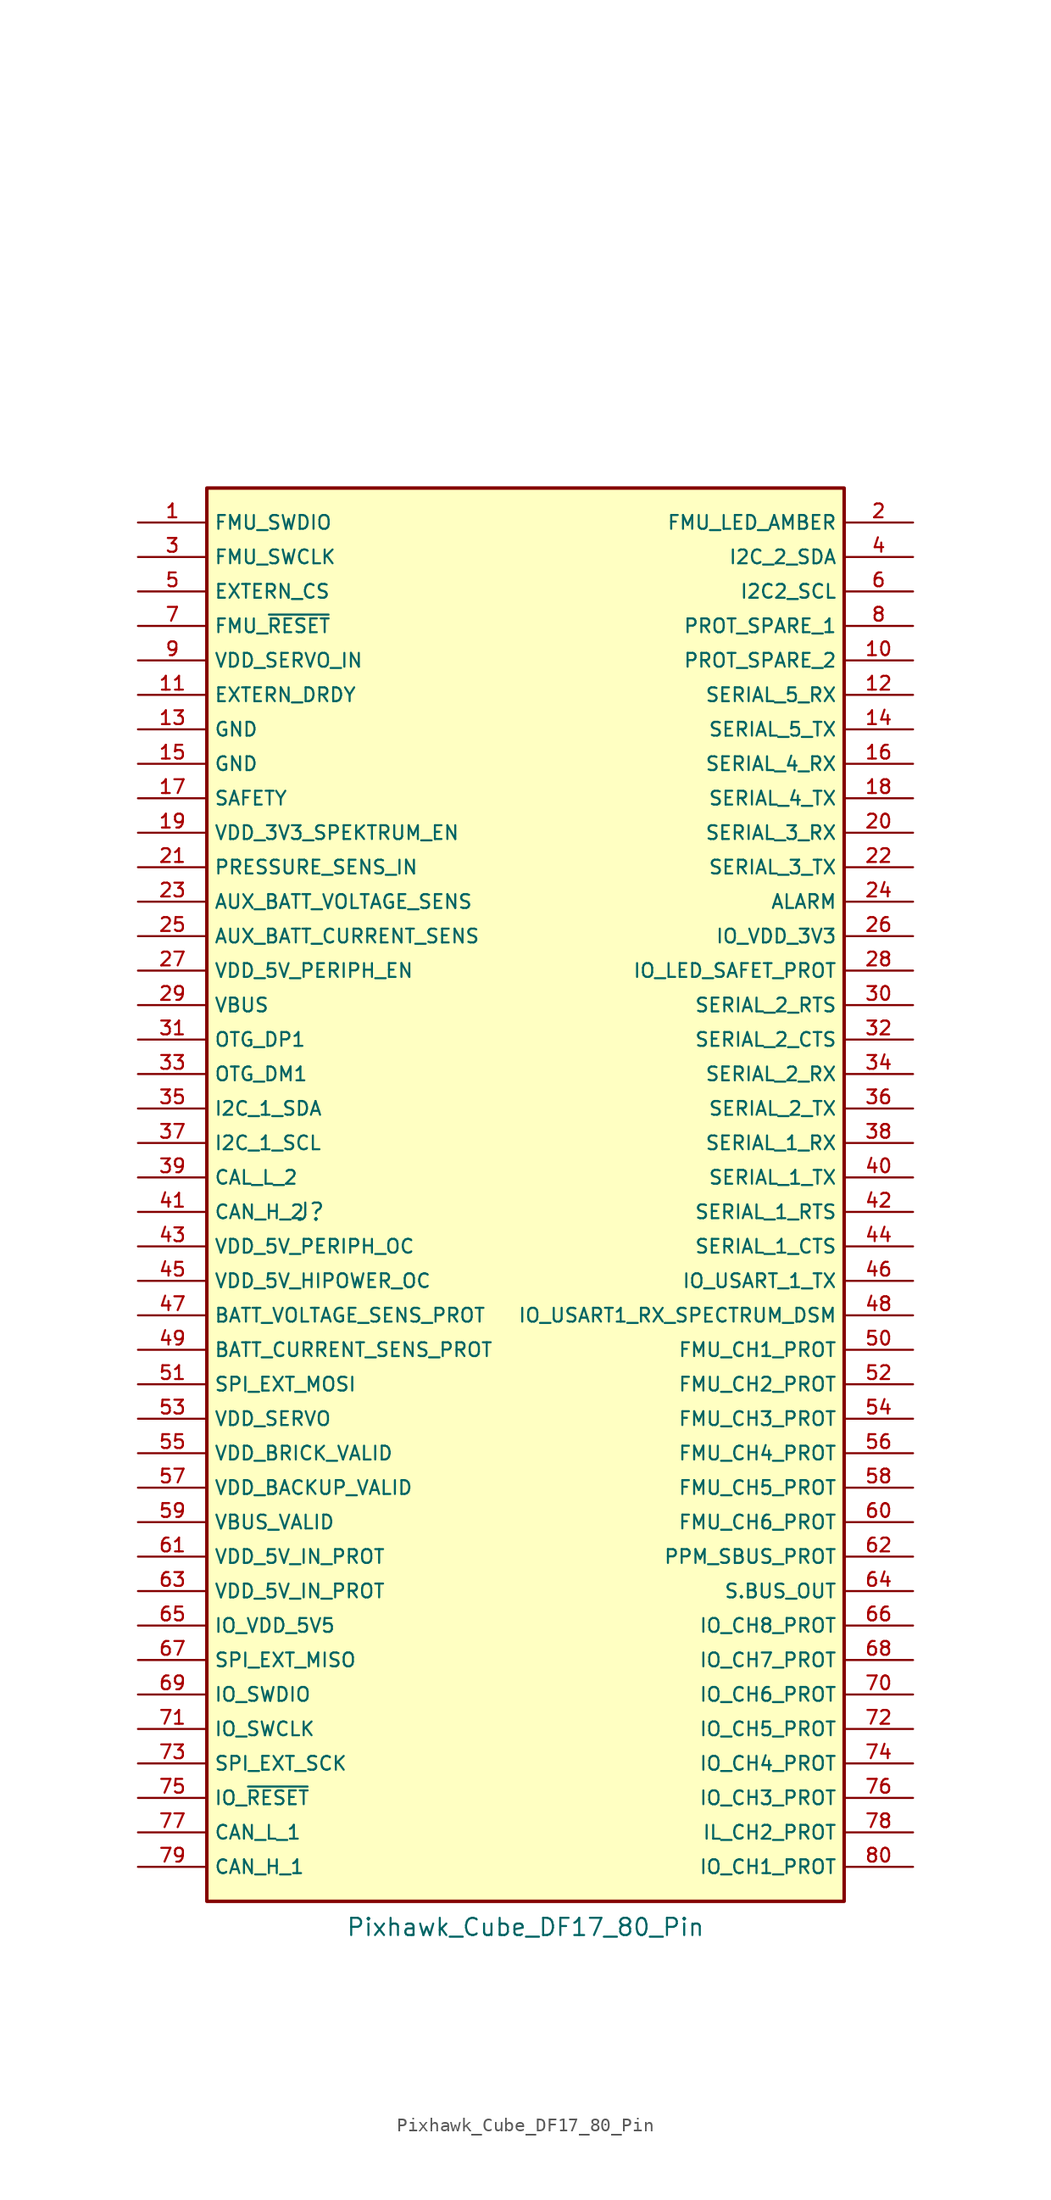
<source format=kicad_sym>
(kicad_symbol_lib
  (version 20211014)
  (generator kicad_symbol_editor)
  (symbol "Pixhawk_Cube_DF17_80_Pin"
    (property "Reference" "J"
      (at -15.875 0 0)
      (effects (font (size 1.27 1.27))))
    (property "Value" "Pixhawk_Cube_DF17_80_Pin"
      (at 0 -52.705 0)
      (effects (font (size 1.27 1.27))))
    (symbol "Pixhawk_Cube_DF17_80_Pin_0_0"
      (rectangle (start -23.495 53.34) (end 23.495 -50.8) (stroke (width 0.254) (type default) (color 0 0 0 0)) (fill (type background)))
      (text "" (at 17.78 72.39 0) (effects (font (size 1.27 1.27))))
      (pin bidirectional line (at -28.575 50.8 0) (length 5.08) (name "FMU_SWDIO" (effects (font (size 1.016 1.016)))) (number "1" (effects (font (size 1.016 1.016)))))
      (pin unspecified line (at 28.575 40.64 180) (length 5.08) (name "PROT_SPARE_2" (effects (font (size 1.016 1.016)))) (number "10" (effects (font (size 1.016 1.016)))))
      (pin input line (at -28.575 38.1 0) (length 5.08) (name "EXTERN_DRDY" (effects (font (size 1.016 1.016)))) (number "11" (effects (font (size 1.016 1.016)))))
      (pin input line (at 28.575 38.1 180) (length 5.08) (name "SERIAL_5_RX" (effects (font (size 1.016 1.016)))) (number "12" (effects (font (size 1.016 1.016)))))
      (pin power_in line (at -28.575 35.56 0) (length 5.08) (name "GND" (effects (font (size 1.016 1.016)))) (number "13" (effects (font (size 1.016 1.016)))))
      (pin output line (at 28.575 35.56 180) (length 5.08) (name "SERIAL_5_TX" (effects (font (size 1.016 1.016)))) (number "14" (effects (font (size 1.016 1.016)))))
      (pin power_in line (at -28.575 33.02 0) (length 5.08) (name "GND" (effects (font (size 1.016 1.016)))) (number "15" (effects (font (size 1.016 1.016)))))
      (pin input line (at 28.575 33.02 180) (length 5.08) (name "SERIAL_4_RX" (effects (font (size 1.016 1.016)))) (number "16" (effects (font (size 1.016 1.016)))))
      (pin unspecified line (at -28.575 30.48 0) (length 5.08) (name "SAFETY" (effects (font (size 1.016 1.016)))) (number "17" (effects (font (size 1.016 1.016)))))
      (pin output line (at 28.575 30.48 180) (length 5.08) (name "SERIAL_4_TX" (effects (font (size 1.016 1.016)))) (number "18" (effects (font (size 1.016 1.016)))))
      (pin output line (at -28.575 27.94 0) (length 5.08) (name "VDD_3V3_SPEKTRUM_EN" (effects (font (size 1.016 1.016)))) (number "19" (effects (font (size 1.016 1.016)))))
      (pin output line (at 28.575 50.8 180) (length 5.08) (name "FMU_LED_AMBER" (effects (font (size 1.016 1.016)))) (number "2" (effects (font (size 1.016 1.016)))))
      (pin input line (at 28.575 27.94 180) (length 5.08) (name "SERIAL_3_RX" (effects (font (size 1.016 1.016)))) (number "20" (effects (font (size 1.016 1.016)))))
      (pin input line (at -28.575 25.4 0) (length 5.08) (name "PRESSURE_SENS_IN" (effects (font (size 1.016 1.016)))) (number "21" (effects (font (size 1.016 1.016)))))
      (pin output line (at 28.575 25.4 180) (length 5.08) (name "SERIAL_3_TX" (effects (font (size 1.016 1.016)))) (number "22" (effects (font (size 1.016 1.016)))))
      (pin input line (at -28.575 22.86 0) (length 5.08) (name "AUX_BATT_VOLTAGE_SENS" (effects (font (size 1.016 1.016)))) (number "23" (effects (font (size 1.016 1.016)))))
      (pin output line (at 28.575 22.86 180) (length 5.08) (name "ALARM" (effects (font (size 1.016 1.016)))) (number "24" (effects (font (size 1.016 1.016)))))
      (pin input line (at -28.575 20.32 0) (length 5.08) (name "AUX_BATT_CURRENT_SENS" (effects (font (size 1.016 1.016)))) (number "25" (effects (font (size 1.016 1.016)))))
      (pin input line (at 28.575 20.32 180) (length 5.08) (name "IO_VDD_3V3" (effects (font (size 1.016 1.016)))) (number "26" (effects (font (size 1.016 1.016)))))
      (pin output line (at -28.575 17.78 0) (length 5.08) (name "VDD_5V_PERIPH_EN" (effects (font (size 1.016 1.016)))) (number "27" (effects (font (size 1.016 1.016)))))
      (pin output line (at 28.575 17.78 180) (length 5.08) (name "IO_LED_SAFET_PROT" (effects (font (size 1.016 1.016)))) (number "28" (effects (font (size 1.016 1.016)))))
      (pin input line (at -28.575 15.24 0) (length 5.08) (name "VBUS" (effects (font (size 1.016 1.016)))) (number "29" (effects (font (size 1.016 1.016)))))
      (pin output line (at -28.575 48.26 0) (length 5.08) (name "FMU_SWCLK" (effects (font (size 1.016 1.016)))) (number "3" (effects (font (size 1.016 1.016)))))
      (pin bidirectional line (at 28.575 15.24 180) (length 5.08) (name "SERIAL_2_RTS" (effects (font (size 1.016 1.016)))) (number "30" (effects (font (size 1.016 1.016)))))
      (pin bidirectional line (at -28.575 12.7 0) (length 5.08) (name "OTG_DP1" (effects (font (size 1.016 1.016)))) (number "31" (effects (font (size 1.016 1.016)))))
      (pin bidirectional line (at 28.575 12.7 180) (length 5.08) (name "SERIAL_2_CTS" (effects (font (size 1.016 1.016)))) (number "32" (effects (font (size 1.016 1.016)))))
      (pin bidirectional line (at -28.575 10.16 0) (length 5.08) (name "OTG_DM1" (effects (font (size 1.016 1.016)))) (number "33" (effects (font (size 1.016 1.016)))))
      (pin input line (at 28.575 10.16 180) (length 5.08) (name "SERIAL_2_RX" (effects (font (size 1.016 1.016)))) (number "34" (effects (font (size 1.016 1.016)))))
      (pin bidirectional line (at -28.575 7.62 0) (length 5.08) (name "I2C_1_SDA" (effects (font (size 1.016 1.016)))) (number "35" (effects (font (size 1.016 1.016)))))
      (pin output line (at 28.575 7.62 180) (length 5.08) (name "SERIAL_2_TX" (effects (font (size 1.016 1.016)))) (number "36" (effects (font (size 1.016 1.016)))))
      (pin output line (at -28.575 5.08 0) (length 5.08) (name "I2C_1_SCL" (effects (font (size 1.016 1.016)))) (number "37" (effects (font (size 1.016 1.016)))))
      (pin input line (at 28.575 5.08 180) (length 5.08) (name "SERIAL_1_RX" (effects (font (size 1.016 1.016)))) (number "38" (effects (font (size 1.016 1.016)))))
      (pin bidirectional line (at -28.575 2.54 0) (length 5.08) (name "CAL_L_2" (effects (font (size 1.016 1.016)))) (number "39" (effects (font (size 1.016 1.016)))))
      (pin bidirectional line (at 28.575 48.26 180) (length 5.08) (name "I2C_2_SDA" (effects (font (size 1.016 1.016)))) (number "4" (effects (font (size 1.016 1.016)))))
      (pin output line (at 28.575 2.54 180) (length 5.08) (name "SERIAL_1_TX" (effects (font (size 1.016 1.016)))) (number "40" (effects (font (size 1.016 1.016)))))
      (pin bidirectional line (at -28.575 0 0) (length 5.08) (name "CAN_H_2" (effects (font (size 1.016 1.016)))) (number "41" (effects (font (size 1.016 1.016)))))
      (pin bidirectional line (at 28.575 0 180) (length 5.08) (name "SERIAL_1_RTS" (effects (font (size 1.016 1.016)))) (number "42" (effects (font (size 1.016 1.016)))))
      (pin input line (at -28.575 -2.54 0) (length 5.08) (name "VDD_5V_PERIPH_OC" (effects (font (size 1.016 1.016)))) (number "43" (effects (font (size 1.016 1.016)))))
      (pin bidirectional line (at 28.575 -2.54 180) (length 5.08) (name "SERIAL_1_CTS" (effects (font (size 1.016 1.016)))) (number "44" (effects (font (size 1.016 1.016)))))
      (pin input line (at -28.575 -5.08 0) (length 5.08) (name "VDD_5V_HIPOWER_OC" (effects (font (size 1.016 1.016)))) (number "45" (effects (font (size 1.016 1.016)))))
      (pin output line (at 28.575 -5.08 180) (length 5.08) (name "IO_USART_1_TX" (effects (font (size 1.016 1.016)))) (number "46" (effects (font (size 1.016 1.016)))))
      (pin input line (at -28.575 -7.62 0) (length 5.08) (name "BATT_VOLTAGE_SENS_PROT" (effects (font (size 1.016 1.016)))) (number "47" (effects (font (size 1.016 1.016)))))
      (pin output line (at 28.575 -7.62 180) (length 5.08) (name "IO_USART1_RX_SPECTRUM_DSM" (effects (font (size 1.016 1.016)))) (number "48" (effects (font (size 1.016 1.016)))))
      (pin input line (at -28.575 -10.16 0) (length 5.08) (name "BATT_CURRENT_SENS_PROT" (effects (font (size 1.016 1.016)))) (number "49" (effects (font (size 1.016 1.016)))))
      (pin output line (at -28.575 45.72 0) (length 5.08) (name "EXTERN_CS" (effects (font (size 1.016 1.016)))) (number "5" (effects (font (size 1.016 1.016)))))
      (pin output line (at 28.575 -10.16 180) (length 5.08) (name "FMU_CH1_PROT" (effects (font (size 1.016 1.016)))) (number "50" (effects (font (size 1.016 1.016)))))
      (pin output line (at -28.575 -12.7 0) (length 5.08) (name "SPI_EXT_MOSI" (effects (font (size 1.016 1.016)))) (number "51" (effects (font (size 1.016 1.016)))))
      (pin output line (at 28.575 -12.7 180) (length 5.08) (name "FMU_CH2_PROT" (effects (font (size 1.016 1.016)))) (number "52" (effects (font (size 1.016 1.016)))))
      (pin input line (at -28.575 -15.24 0) (length 5.08) (name "VDD_SERVO" (effects (font (size 1.016 1.016)))) (number "53" (effects (font (size 1.016 1.016)))))
      (pin output line (at 28.575 -15.24 180) (length 5.08) (name "FMU_CH3_PROT" (effects (font (size 1.016 1.016)))) (number "54" (effects (font (size 1.016 1.016)))))
      (pin input line (at -28.575 -17.78 0) (length 5.08) (name "VDD_BRICK_VALID" (effects (font (size 1.016 1.016)))) (number "55" (effects (font (size 1.016 1.016)))))
      (pin output line (at 28.575 -17.78 180) (length 5.08) (name "FMU_CH4_PROT" (effects (font (size 1.016 1.016)))) (number "56" (effects (font (size 1.016 1.016)))))
      (pin input line (at -28.575 -20.32 0) (length 5.08) (name "VDD_BACKUP_VALID" (effects (font (size 1.016 1.016)))) (number "57" (effects (font (size 1.016 1.016)))))
      (pin output line (at 28.575 -20.32 180) (length 5.08) (name "FMU_CH5_PROT" (effects (font (size 1.016 1.016)))) (number "58" (effects (font (size 1.016 1.016)))))
      (pin input line (at -28.575 -22.86 0) (length 5.08) (name "VBUS_VALID" (effects (font (size 1.016 1.016)))) (number "59" (effects (font (size 1.016 1.016)))))
      (pin output line (at 28.575 45.72 180) (length 5.08) (name "I2C2_SCL" (effects (font (size 1.016 1.016)))) (number "6" (effects (font (size 1.016 1.016)))))
      (pin output line (at 28.575 -22.86 180) (length 5.08) (name "FMU_CH6_PROT" (effects (font (size 1.016 1.016)))) (number "60" (effects (font (size 1.016 1.016)))))
      (pin input line (at -28.575 -25.4 0) (length 5.08) (name "VDD_5V_IN_PROT" (effects (font (size 1.016 1.016)))) (number "61" (effects (font (size 1.016 1.016)))))
      (pin input line (at 28.575 -25.4 180) (length 5.08) (name "PPM_SBUS_PROT" (effects (font (size 1.016 1.016)))) (number "62" (effects (font (size 1.016 1.016)))))
      (pin input line (at -28.575 -27.94 0) (length 5.08) (name "VDD_5V_IN_PROT" (effects (font (size 1.016 1.016)))) (number "63" (effects (font (size 1.016 1.016)))))
      (pin output line (at 28.575 -27.94 180) (length 5.08) (name "S.BUS_OUT" (effects (font (size 1.016 1.016)))) (number "64" (effects (font (size 1.016 1.016)))))
      (pin output line (at -28.575 -30.48 0) (length 5.08) (name "IO_VDD_5V5" (effects (font (size 1.016 1.016)))) (number "65" (effects (font (size 1.016 1.016)))))
      (pin output line (at 28.575 -30.48 180) (length 5.08) (name "IO_CH8_PROT" (effects (font (size 1.016 1.016)))) (number "66" (effects (font (size 1.016 1.016)))))
      (pin input line (at -28.575 -33.02 0) (length 5.08) (name "SPI_EXT_MISO" (effects (font (size 1.016 1.016)))) (number "67" (effects (font (size 1.016 1.016)))))
      (pin output line (at 28.575 -33.02 180) (length 5.08) (name "IO_CH7_PROT" (effects (font (size 1.016 1.016)))) (number "68" (effects (font (size 1.016 1.016)))))
      (pin bidirectional line (at -28.575 -35.56 0) (length 5.08) (name "IO_SWDIO" (effects (font (size 1.016 1.016)))) (number "69" (effects (font (size 1.016 1.016)))))
      (pin input line (at -28.575 43.18 0) (length 5.08) (name "FMU_~{RESET}" (effects (font (size 1.016 1.016)))) (number "7" (effects (font (size 1.016 1.016)))))
      (pin output line (at 28.575 -35.56 180) (length 5.08) (name "IO_CH6_PROT" (effects (font (size 1.016 1.016)))) (number "70" (effects (font (size 1.016 1.016)))))
      (pin output line (at -28.575 -38.1 0) (length 5.08) (name "IO_SWCLK" (effects (font (size 1.016 1.016)))) (number "71" (effects (font (size 1.016 1.016)))))
      (pin output line (at 28.575 -38.1 180) (length 5.08) (name "IO_CH5_PROT" (effects (font (size 1.016 1.016)))) (number "72" (effects (font (size 1.016 1.016)))))
      (pin output line (at -28.575 -40.64 0) (length 5.08) (name "SPI_EXT_SCK" (effects (font (size 1.016 1.016)))) (number "73" (effects (font (size 1.016 1.016)))))
      (pin output line (at 28.575 -40.64 180) (length 5.08) (name "IO_CH4_PROT" (effects (font (size 1.016 1.016)))) (number "74" (effects (font (size 1.016 1.016)))))
      (pin passive line (at -28.575 -43.18 0) (length 5.08) (name "IO_~{RESET}" (effects (font (size 1.016 1.016)))) (number "75" (effects (font (size 1.016 1.016)))))
      (pin output line (at 28.575 -43.18 180) (length 5.08) (name "IO_CH3_PROT" (effects (font (size 1.016 1.016)))) (number "76" (effects (font (size 1.016 1.016)))))
      (pin bidirectional line (at -28.575 -45.72 0) (length 5.08) (name "CAN_L_1" (effects (font (size 1.016 1.016)))) (number "77" (effects (font (size 1.016 1.016)))))
      (pin output line (at 28.575 -45.72 180) (length 5.08) (name "IL_CH2_PROT" (effects (font (size 1.016 1.016)))) (number "78" (effects (font (size 1.016 1.016)))))
      (pin bidirectional line (at -28.575 -48.26 0) (length 5.08) (name "CAN_H_1" (effects (font (size 1.016 1.016)))) (number "79" (effects (font (size 1.016 1.016)))))
      (pin unspecified line (at 28.575 43.18 180) (length 5.08) (name "PROT_SPARE_1" (effects (font (size 1.016 1.016)))) (number "8" (effects (font (size 1.016 1.016)))))
      (pin output line (at 28.575 -48.26 180) (length 5.08) (name "IO_CH1_PROT" (effects (font (size 1.016 1.016)))) (number "80" (effects (font (size 1.016 1.016)))))
      (pin input line (at -28.575 40.64 0) (length 5.08) (name "VDD_SERVO_IN" (effects (font (size 1.016 1.016)))) (number "9" (effects (font (size 1.016 1.016))))))))
</source>
